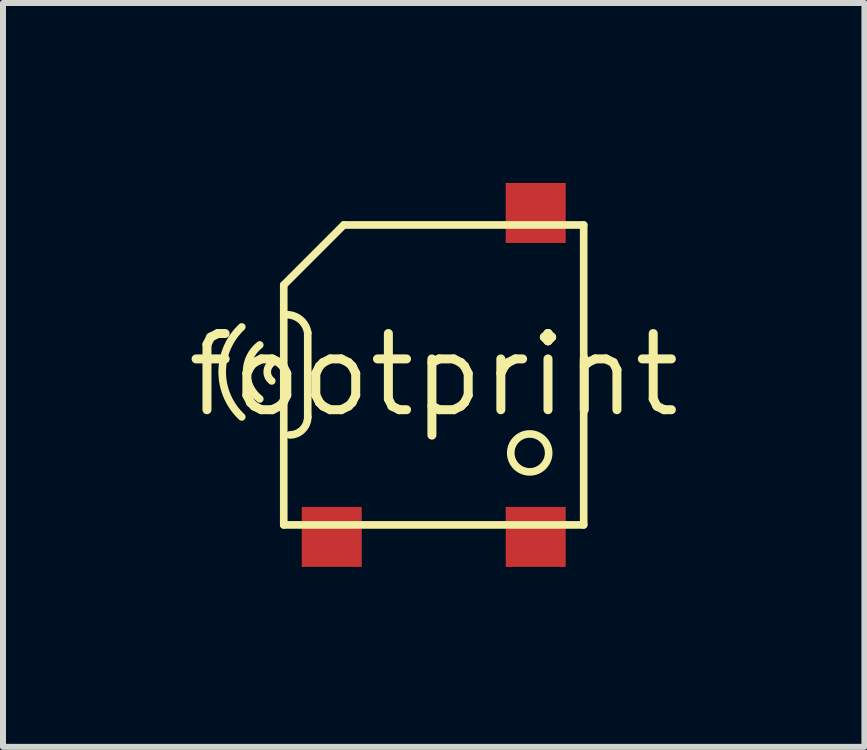
<source format=kicad_pcb>
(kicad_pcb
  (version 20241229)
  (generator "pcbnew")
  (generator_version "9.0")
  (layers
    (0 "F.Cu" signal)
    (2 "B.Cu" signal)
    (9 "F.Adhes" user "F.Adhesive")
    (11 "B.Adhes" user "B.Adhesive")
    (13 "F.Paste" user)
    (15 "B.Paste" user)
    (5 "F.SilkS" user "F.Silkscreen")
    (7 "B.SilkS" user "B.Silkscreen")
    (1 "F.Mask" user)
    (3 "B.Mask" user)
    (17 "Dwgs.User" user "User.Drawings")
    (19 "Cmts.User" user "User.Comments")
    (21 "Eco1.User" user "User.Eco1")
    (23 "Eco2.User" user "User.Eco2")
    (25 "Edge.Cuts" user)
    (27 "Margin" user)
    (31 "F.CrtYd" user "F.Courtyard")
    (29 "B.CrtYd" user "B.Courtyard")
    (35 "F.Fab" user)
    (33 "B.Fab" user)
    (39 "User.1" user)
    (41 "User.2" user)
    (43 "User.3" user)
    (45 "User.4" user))
  (footprint "footprint"
    (layer "F.Cu")
    (at 4.18 3.2)
    (property "Reference" "footprint" (at 0 0 0) (layer "F.SilkS") (effects (font (size 1.27 1.27) (thickness 0.15))))
    (fp_line (start -2.5 -1.5) (end -1.5 -2.5) (stroke (width 0.127) (type solid)) (layer "F.SilkS"))
    (fp_line (start -2.5 -1) (end -2.5 -1.5) (stroke (width 0.127) (type solid)) (layer "F.SilkS"))
    (fp_line (start -2.5 2.5) (end -2.5 -1) (stroke (width 0.127) (type solid)) (layer "F.SilkS"))
    (fp_line (start -2.1 -0.7) (end -2.1 0.7) (stroke (width 0.127) (type solid)) (layer "F.SilkS"))
    (fp_line (start -1.5 -2.5) (end 2.5 -2.5) (stroke (width 0.127) (type solid)) (layer "F.SilkS"))
    (fp_line (start 2.5 -2.5) (end 2.5 2.5) (stroke (width 0.127) (type solid)) (layer "F.SilkS"))
    (fp_line (start 2.5 2.5) (end -2.5 2.5) (stroke (width 0.127) (type solid)) (layer "F.SilkS"))
    (fp_arc (start -3.199999 0.700001) (mid -3.525914 -0.049999) (end -3.2 -0.8) (stroke (width 0.127) (type solid)) (layer "F.SilkS"))
    (fp_arc (start -2.9 0.4) (mid -3.120088 -0.05) (end -2.9 -0.5) (stroke (width 0.127) (type solid)) (layer "F.SilkS"))
    (fp_arc (start -2.7 0.1) (mid -2.775 -0.05) (end -2.7 -0.2) (stroke (width 0.127) (type solid)) (layer "F.SilkS"))
    (fp_arc (start -2.5 -1) (mid -2.237868 -0.932843) (end -2.1 -0.7) (stroke (width 0.127) (type solid)) (layer "F.SilkS"))
    (fp_arc (start -2.1 0.7) (mid -2.187868 0.912132) (end -2.4 1) (stroke (width 0.127) (type solid)) (layer "F.SilkS"))
    (fp_circle (center 1.6 1.3) (end 1.916 1.3) (stroke (width 0.127) (type solid)) (fill no) (layer "F.SilkS"))
    (pad "+" smd rect (at 1.7 2.7) (size 1 1) (layers "F.Cu" "F.Mask" "F.Paste"))
    (pad "-" smd rect (at 1.7 -2.7) (size 1 1) (layers "F.Cu" "F.Mask" "F.Paste"))
    (pad "M" smd rect (at -1.7 2.7) (size 1 1) (layers "F.Cu" "F.Mask" "F.Paste")))
  (gr_rect
    (start -3 -3)
    (end 11.36 9.4)
    (stroke (width 0.1) (type default))
    (fill no)
    (layer "Edge.Cuts")))
</source>
